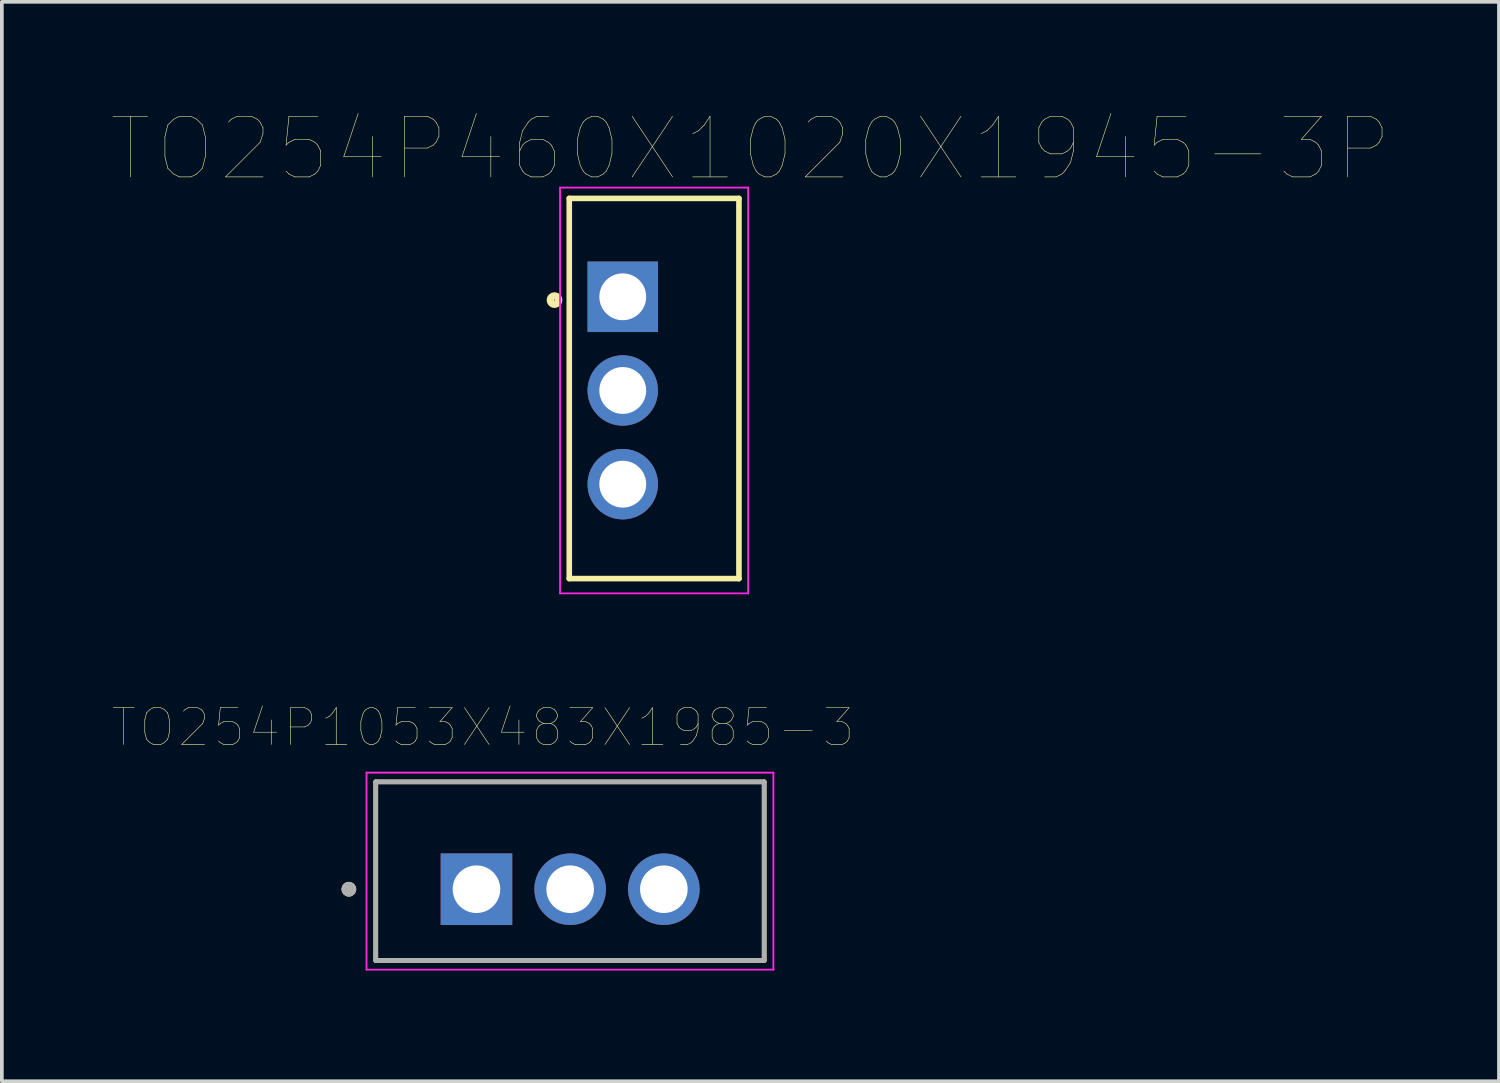
<source format=kicad_pcb>
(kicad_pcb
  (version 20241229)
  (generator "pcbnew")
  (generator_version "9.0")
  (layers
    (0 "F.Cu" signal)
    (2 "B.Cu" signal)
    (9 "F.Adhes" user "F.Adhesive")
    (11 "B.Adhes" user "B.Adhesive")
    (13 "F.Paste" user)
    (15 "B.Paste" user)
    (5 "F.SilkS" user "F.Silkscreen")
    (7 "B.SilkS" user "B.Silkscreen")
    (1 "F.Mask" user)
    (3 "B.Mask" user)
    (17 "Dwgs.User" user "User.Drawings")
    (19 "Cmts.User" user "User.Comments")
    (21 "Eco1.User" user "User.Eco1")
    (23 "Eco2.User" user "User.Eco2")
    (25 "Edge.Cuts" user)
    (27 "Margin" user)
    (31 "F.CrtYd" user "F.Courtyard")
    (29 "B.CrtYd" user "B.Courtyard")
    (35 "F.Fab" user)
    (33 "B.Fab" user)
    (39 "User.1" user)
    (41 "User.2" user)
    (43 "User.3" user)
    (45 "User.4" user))
  (footprint "TO254P1053X483X1985-3"
    (layer "F.Cu")
    (at 12.407 21.057)
    (property "Reference" "TO254P1053X483X1985-3" (at -2.365 -4.385 0) (layer "F.SilkS") (effects (font (size 1 1) (thickness 0.015))))
    (attr through_hole)
    (fp_line (start -5.27 -2.91) (end -5.27 1.93) (stroke (width 0.127) (type solid)) (layer "F.SilkS"))
    (fp_line (start -5.27 1.93) (end 5.26 1.93) (stroke (width 0.127) (type solid)) (layer "F.SilkS"))
    (fp_line (start 5.26 -2.91) (end -5.27 -2.91) (stroke (width 0.127) (type solid)) (layer "F.SilkS"))
    (fp_line (start 5.26 1.93) (end 5.26 -2.91) (stroke (width 0.127) (type solid)) (layer "F.SilkS"))
    (fp_circle (center -6 0) (end -5.9 0) (stroke (width 0.2) (type solid)) (fill no) (layer "F.SilkS"))
    (fp_line (start -5.52 -3.16) (end 5.51 -3.16) (stroke (width 0.05) (type solid)) (layer "F.CrtYd"))
    (fp_line (start -5.52 2.18) (end -5.52 -3.16) (stroke (width 0.05) (type solid)) (layer "F.CrtYd"))
    (fp_line (start 5.51 -3.16) (end 5.51 2.18) (stroke (width 0.05) (type solid)) (layer "F.CrtYd"))
    (fp_line (start 5.51 2.18) (end -5.52 2.18) (stroke (width 0.05) (type solid)) (layer "F.CrtYd"))
    (fp_line (start -5.27 -2.91) (end 5.26 -2.91) (stroke (width 0.127) (type solid)) (layer "F.Fab"))
    (fp_line (start -5.27 1.93) (end -5.27 -2.91) (stroke (width 0.127) (type solid)) (layer "F.Fab"))
    (fp_line (start 5.26 -2.91) (end 5.26 1.93) (stroke (width 0.127) (type solid)) (layer "F.Fab"))
    (fp_line (start 5.26 1.93) (end -5.27 1.93) (stroke (width 0.127) (type solid)) (layer "F.Fab"))
    (fp_circle (center -6 0) (end -5.9 0) (stroke (width 0.2) (type solid)) (fill no) (layer "F.Fab"))
    (pad "1" thru_hole rect (at -2.54 0) (size 1.94 1.94) (drill 1.29) (layers "*.Cu" "*.Mask"))
    (pad "2" thru_hole circle (at 0 0) (size 1.94 1.94) (drill 1.29) (layers "*.Cu" "*.Mask"))
    (pad "3" thru_hole circle (at 2.54 0) (size 1.94 1.94) (drill 1.29) (layers "*.Cu" "*.Mask")))
  (footprint "TO254P460X1020X1945-3P"
    (layer "F.Cu")
    (at 13.833 7.536)
    (property "Reference" "TO254P460X1020X1945-3P" (at 3.461 -6.549 0) (layer "F.SilkS") (effects (font (size 1.642 1.642) (thickness 0.015))))
    (attr through_hole)
    (fp_line (start -1.45 -5.207) (end 3.15 -5.207) (stroke (width 0.152) (type solid)) (layer "F.SilkS"))
    (fp_line (start -1.45 5.1) (end -1.45 -5.207) (stroke (width 0.152) (type solid)) (layer "F.SilkS"))
    (fp_line (start 3.15 -5.207) (end 3.15 5.1) (stroke (width 0.152) (type solid)) (layer "F.SilkS"))
    (fp_line (start 3.15 5.1) (end -1.45 5.1) (stroke (width 0.152) (type solid)) (layer "F.SilkS"))
    (fp_circle (center -1.85 -2.45) (end -1.738 -2.45) (stroke (width 0.2) (type solid)) (fill no) (layer "F.SilkS"))
    (fp_line (start -1.7 -5.5) (end 3.4 -5.5) (stroke (width 0.05) (type solid)) (layer "F.CrtYd"))
    (fp_line (start -1.7 5.5) (end -1.7 -5.5) (stroke (width 0.05) (type solid)) (layer "F.CrtYd"))
    (fp_line (start 3.4 -5.5) (end 3.4 5.5) (stroke (width 0.05) (type solid)) (layer "F.CrtYd"))
    (fp_line (start 3.4 5.5) (end -1.7 5.5) (stroke (width 0.05) (type solid)) (layer "F.CrtYd"))
    (pad "1" thru_hole rect (at 0 -2.54) (size 1.91 1.91) (drill 1.27) (layers "*.Cu" "*.Mask"))
    (pad "2" thru_hole circle (at 0 0) (size 1.91 1.91) (drill 1.27) (layers "*.Cu" "*.Mask"))
    (pad "3" thru_hole circle (at 0 2.54) (size 1.91 1.91) (drill 1.27) (layers "*.Cu" "*.Mask")))
  (gr_rect
    (start -3 -3)
    (end 37.587 26.262)
    (stroke (width 0.1) (type default))
    (fill no)
    (layer "Edge.Cuts")))
</source>
